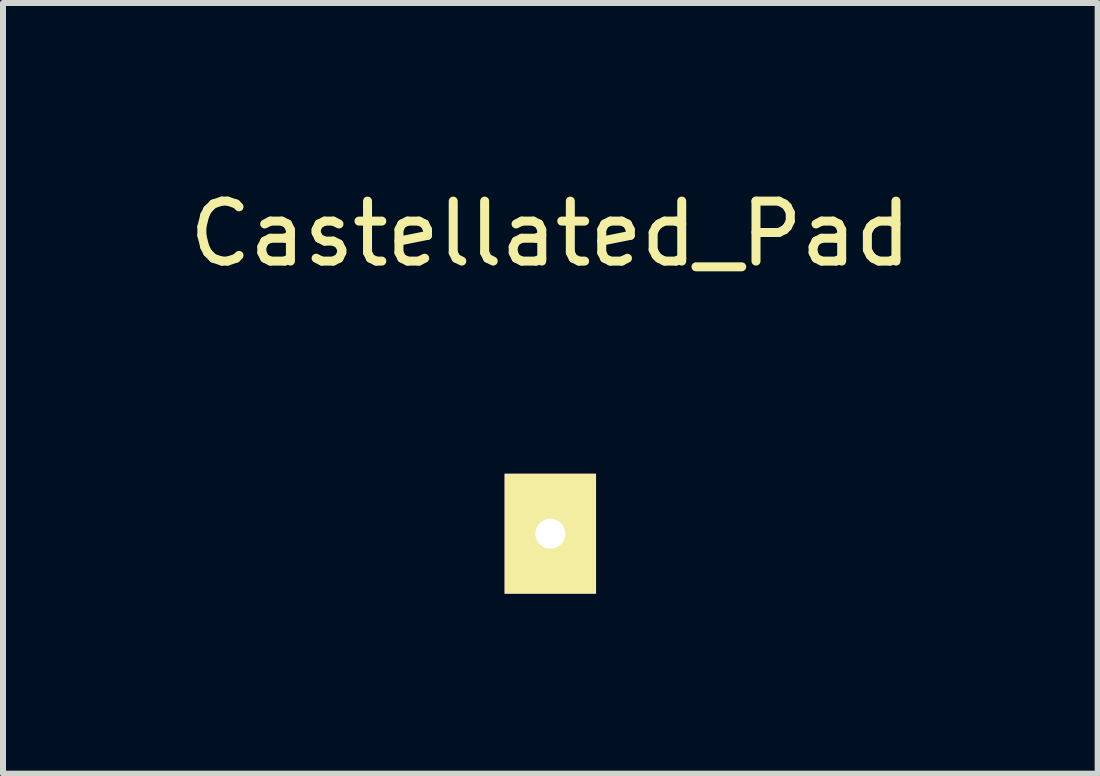
<source format=kicad_pcb>
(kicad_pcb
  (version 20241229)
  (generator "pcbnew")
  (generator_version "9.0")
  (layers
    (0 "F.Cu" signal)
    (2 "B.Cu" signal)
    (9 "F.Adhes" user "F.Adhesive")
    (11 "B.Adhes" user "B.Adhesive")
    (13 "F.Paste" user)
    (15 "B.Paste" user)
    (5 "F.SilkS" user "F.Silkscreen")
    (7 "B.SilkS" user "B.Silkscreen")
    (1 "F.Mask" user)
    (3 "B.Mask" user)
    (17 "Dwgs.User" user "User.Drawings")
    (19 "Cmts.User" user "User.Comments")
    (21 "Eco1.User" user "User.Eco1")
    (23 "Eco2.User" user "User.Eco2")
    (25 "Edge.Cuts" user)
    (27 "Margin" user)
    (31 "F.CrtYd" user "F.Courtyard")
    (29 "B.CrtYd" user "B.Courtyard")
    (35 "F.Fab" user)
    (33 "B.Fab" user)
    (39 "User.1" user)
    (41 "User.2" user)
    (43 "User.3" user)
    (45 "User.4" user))
  (footprint "Castellated_Pad"
    (layer "F.Cu")
    (at 6.125 5.848)
    (property "Reference" "Castellated_Pad" (at 0 -5 0) (layer "F.SilkS") (effects (font (size 1 1) (thickness 0.15))))
    (attr through_hole)
    (pad "1" thru_hole rect (at 0 0) (size 1.524 2) (drill 0.5) (layers "*.Cu" "*.Mask" "F.SilkS")))
  (gr_rect
    (start -3 -3)
    (end 15.25 9.848)
    (stroke (width 0.1) (type default))
    (fill no)
    (layer "Edge.Cuts")))
</source>
